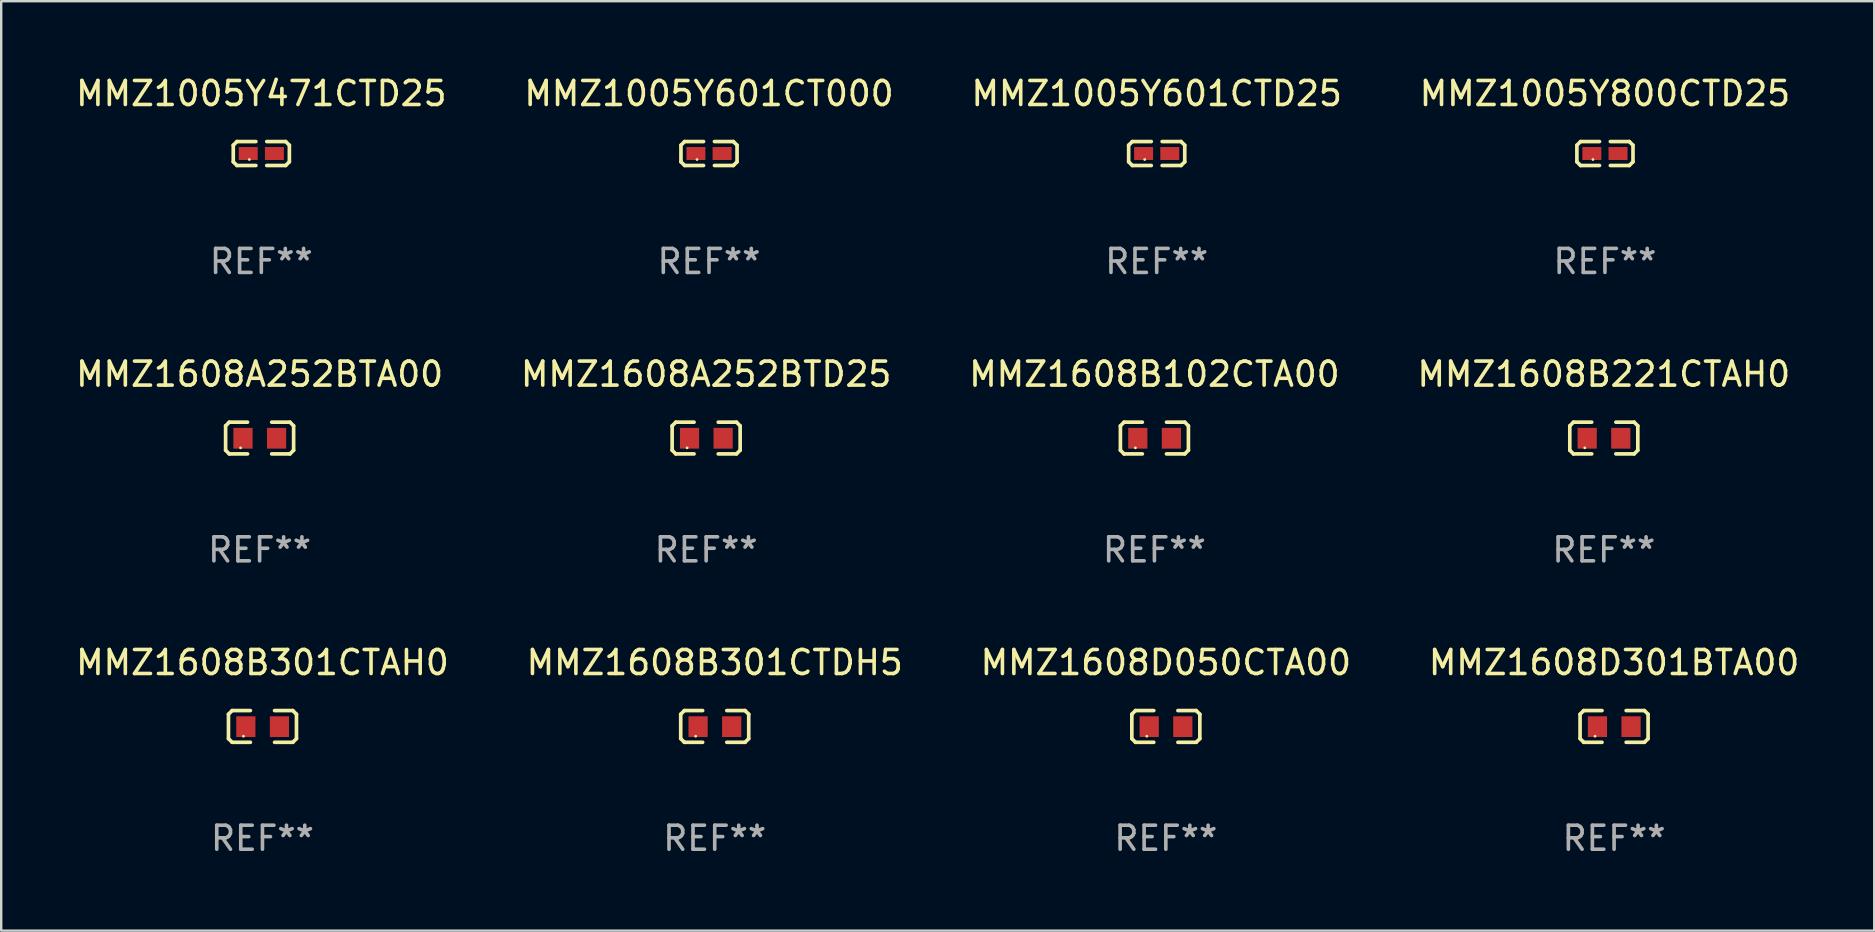
<source format=kicad_pcb>
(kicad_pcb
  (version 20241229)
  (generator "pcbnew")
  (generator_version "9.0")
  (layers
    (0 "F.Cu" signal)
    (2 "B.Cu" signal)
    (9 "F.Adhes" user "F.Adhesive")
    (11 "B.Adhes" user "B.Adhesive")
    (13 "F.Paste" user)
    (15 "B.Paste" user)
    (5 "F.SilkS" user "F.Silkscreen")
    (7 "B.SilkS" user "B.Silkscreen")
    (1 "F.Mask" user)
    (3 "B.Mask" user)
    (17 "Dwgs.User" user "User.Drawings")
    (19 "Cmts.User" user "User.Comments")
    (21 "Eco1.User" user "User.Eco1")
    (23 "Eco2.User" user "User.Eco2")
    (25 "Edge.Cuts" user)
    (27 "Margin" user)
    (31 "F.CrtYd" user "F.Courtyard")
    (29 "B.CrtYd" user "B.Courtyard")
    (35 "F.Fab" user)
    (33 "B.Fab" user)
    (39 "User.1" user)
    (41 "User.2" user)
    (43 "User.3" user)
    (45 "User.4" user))
  (footprint "MMZ1608D301BTA00"
    (layer "F.Cu")
    (at 64.208 27.22)
    (property "Reference" "MMZ1608D301BTA00" (at 0 -2.661 0) (layer "F.SilkS") (effects (font (size 1 1) (thickness 0.15))))
    (attr through_hole)
    (fp_line (start -1.417 -0.508) (end -1.265 -0.661) (stroke (width 0.152) (type solid)) (layer "F.SilkS"))
    (fp_line (start -1.417 0.508) (end -1.417 -0.508) (stroke (width 0.152) (type solid)) (layer "F.SilkS"))
    (fp_line (start -1.265 -0.661) (end -0.503 -0.661) (stroke (width 0.152) (type solid)) (layer "F.SilkS"))
    (fp_line (start -1.265 0.661) (end -1.417 0.508) (stroke (width 0.152) (type solid)) (layer "F.SilkS"))
    (fp_line (start -1.265 0.661) (end -0.503 0.661) (stroke (width 0.152) (type solid)) (layer "F.SilkS"))
    (fp_line (start 1.265 -0.661) (end 0.503 -0.661) (stroke (width 0.152) (type solid)) (layer "F.SilkS"))
    (fp_line (start 1.265 -0.661) (end 1.417 -0.508) (stroke (width 0.152) (type solid)) (layer "F.SilkS"))
    (fp_line (start 1.265 0.661) (end 0.503 0.661) (stroke (width 0.152) (type solid)) (layer "F.SilkS"))
    (fp_line (start 1.417 -0.508) (end 1.417 0.508) (stroke (width 0.152) (type solid)) (layer "F.SilkS"))
    (fp_line (start 1.417 0.508) (end 1.265 0.661) (stroke (width 0.152) (type solid)) (layer "F.SilkS"))
    (fp_circle (center -0.793 0.409) (end -0.763 0.409) (stroke (width 0.06) (type solid)) (fill no) (layer "F.SilkS"))
    (fp_text user "REF**" (at 0 4.661 0) (layer "F.Fab") (effects (font (size 1 1) (thickness 0.15))))
    (pad "1" smd rect (at -0.693 0.009 180) (size 0.8 0.864) (layers "F.Cu" "F.Mask" "F.Paste"))
    (pad "2" smd rect (at 0.707 0.009 180) (size 0.8 0.864) (layers "F.Cu" "F.Mask" "F.Paste")))
  (footprint "MMZ1608A252BTD25"
    (layer "F.Cu")
    (at 26.375 15.203)
    (property "Reference" "MMZ1608A252BTD25" (at 0 -2.661 0) (layer "F.SilkS") (effects (font (size 1 1) (thickness 0.15))))
    (attr through_hole)
    (fp_line (start -1.417 -0.508) (end -1.265 -0.661) (stroke (width 0.152) (type solid)) (layer "F.SilkS"))
    (fp_line (start -1.417 0.508) (end -1.417 -0.508) (stroke (width 0.152) (type solid)) (layer "F.SilkS"))
    (fp_line (start -1.265 -0.661) (end -0.503 -0.661) (stroke (width 0.152) (type solid)) (layer "F.SilkS"))
    (fp_line (start -1.265 0.661) (end -1.417 0.508) (stroke (width 0.152) (type solid)) (layer "F.SilkS"))
    (fp_line (start -1.265 0.661) (end -0.503 0.661) (stroke (width 0.152) (type solid)) (layer "F.SilkS"))
    (fp_line (start 1.265 -0.661) (end 0.503 -0.661) (stroke (width 0.152) (type solid)) (layer "F.SilkS"))
    (fp_line (start 1.265 -0.661) (end 1.417 -0.508) (stroke (width 0.152) (type solid)) (layer "F.SilkS"))
    (fp_line (start 1.265 0.661) (end 0.503 0.661) (stroke (width 0.152) (type solid)) (layer "F.SilkS"))
    (fp_line (start 1.417 -0.508) (end 1.417 0.508) (stroke (width 0.152) (type solid)) (layer "F.SilkS"))
    (fp_line (start 1.417 0.508) (end 1.265 0.661) (stroke (width 0.152) (type solid)) (layer "F.SilkS"))
    (fp_circle (center -0.793 0.409) (end -0.763 0.409) (stroke (width 0.06) (type solid)) (fill no) (layer "F.SilkS"))
    (fp_text user "REF**" (at 0 4.661 0) (layer "F.Fab") (effects (font (size 1 1) (thickness 0.15))))
    (pad "1" smd rect (at -0.693 0.009 180) (size 0.8 0.864) (layers "F.Cu" "F.Mask" "F.Paste"))
    (pad "2" smd rect (at 0.707 0.009 180) (size 0.8 0.864) (layers "F.Cu" "F.Mask" "F.Paste")))
  (footprint "MMZ1608B301CTDH5"
    (layer "F.Cu")
    (at 26.732 27.22)
    (property "Reference" "MMZ1608B301CTDH5" (at 0 -2.661 0) (layer "F.SilkS") (effects (font (size 1 1) (thickness 0.15))))
    (attr through_hole)
    (fp_line (start -1.417 -0.508) (end -1.265 -0.661) (stroke (width 0.152) (type solid)) (layer "F.SilkS"))
    (fp_line (start -1.417 0.508) (end -1.417 -0.508) (stroke (width 0.152) (type solid)) (layer "F.SilkS"))
    (fp_line (start -1.265 -0.661) (end -0.503 -0.661) (stroke (width 0.152) (type solid)) (layer "F.SilkS"))
    (fp_line (start -1.265 0.661) (end -1.417 0.508) (stroke (width 0.152) (type solid)) (layer "F.SilkS"))
    (fp_line (start -1.265 0.661) (end -0.503 0.661) (stroke (width 0.152) (type solid)) (layer "F.SilkS"))
    (fp_line (start 1.265 -0.661) (end 0.503 -0.661) (stroke (width 0.152) (type solid)) (layer "F.SilkS"))
    (fp_line (start 1.265 -0.661) (end 1.417 -0.508) (stroke (width 0.152) (type solid)) (layer "F.SilkS"))
    (fp_line (start 1.265 0.661) (end 0.503 0.661) (stroke (width 0.152) (type solid)) (layer "F.SilkS"))
    (fp_line (start 1.417 -0.508) (end 1.417 0.508) (stroke (width 0.152) (type solid)) (layer "F.SilkS"))
    (fp_line (start 1.417 0.508) (end 1.265 0.661) (stroke (width 0.152) (type solid)) (layer "F.SilkS"))
    (fp_circle (center -0.793 0.409) (end -0.763 0.409) (stroke (width 0.06) (type solid)) (fill no) (layer "F.SilkS"))
    (fp_text user "REF**" (at 0 4.661 0) (layer "F.Fab") (effects (font (size 1 1) (thickness 0.15))))
    (pad "1" smd rect (at -0.693 0.009 180) (size 0.8 0.864) (layers "F.Cu" "F.Mask" "F.Paste"))
    (pad "2" smd rect (at 0.707 0.009 180) (size 0.8 0.864) (layers "F.Cu" "F.Mask" "F.Paste")))
  (footprint "MMZ1608B301CTAH0"
    (layer "F.Cu")
    (at 7.887 27.22)
    (property "Reference" "MMZ1608B301CTAH0" (at 0 -2.661 0) (layer "F.SilkS") (effects (font (size 1 1) (thickness 0.15))))
    (attr through_hole)
    (fp_line (start -1.417 -0.508) (end -1.265 -0.661) (stroke (width 0.152) (type solid)) (layer "F.SilkS"))
    (fp_line (start -1.417 0.508) (end -1.417 -0.508) (stroke (width 0.152) (type solid)) (layer "F.SilkS"))
    (fp_line (start -1.265 -0.661) (end -0.503 -0.661) (stroke (width 0.152) (type solid)) (layer "F.SilkS"))
    (fp_line (start -1.265 0.661) (end -1.417 0.508) (stroke (width 0.152) (type solid)) (layer "F.SilkS"))
    (fp_line (start -1.265 0.661) (end -0.503 0.661) (stroke (width 0.152) (type solid)) (layer "F.SilkS"))
    (fp_line (start 1.265 -0.661) (end 0.503 -0.661) (stroke (width 0.152) (type solid)) (layer "F.SilkS"))
    (fp_line (start 1.265 -0.661) (end 1.417 -0.508) (stroke (width 0.152) (type solid)) (layer "F.SilkS"))
    (fp_line (start 1.265 0.661) (end 0.503 0.661) (stroke (width 0.152) (type solid)) (layer "F.SilkS"))
    (fp_line (start 1.417 -0.508) (end 1.417 0.508) (stroke (width 0.152) (type solid)) (layer "F.SilkS"))
    (fp_line (start 1.417 0.508) (end 1.265 0.661) (stroke (width 0.152) (type solid)) (layer "F.SilkS"))
    (fp_circle (center -0.793 0.409) (end -0.763 0.409) (stroke (width 0.06) (type solid)) (fill no) (layer "F.SilkS"))
    (fp_text user "REF**" (at 0 4.661 0) (layer "F.Fab") (effects (font (size 1 1) (thickness 0.15))))
    (pad "1" smd rect (at -0.693 0.009 180) (size 0.8 0.864) (layers "F.Cu" "F.Mask" "F.Paste"))
    (pad "2" smd rect (at 0.707 0.009 180) (size 0.8 0.864) (layers "F.Cu" "F.Mask" "F.Paste")))
  (footprint "MMZ1608A252BTA00"
    (layer "F.Cu")
    (at 7.768 15.203)
    (property "Reference" "MMZ1608A252BTA00" (at 0 -2.661 0) (layer "F.SilkS") (effects (font (size 1 1) (thickness 0.15))))
    (attr through_hole)
    (fp_line (start -1.417 -0.508) (end -1.265 -0.661) (stroke (width 0.152) (type solid)) (layer "F.SilkS"))
    (fp_line (start -1.417 0.508) (end -1.417 -0.508) (stroke (width 0.152) (type solid)) (layer "F.SilkS"))
    (fp_line (start -1.265 -0.661) (end -0.503 -0.661) (stroke (width 0.152) (type solid)) (layer "F.SilkS"))
    (fp_line (start -1.265 0.661) (end -1.417 0.508) (stroke (width 0.152) (type solid)) (layer "F.SilkS"))
    (fp_line (start -1.265 0.661) (end -0.503 0.661) (stroke (width 0.152) (type solid)) (layer "F.SilkS"))
    (fp_line (start 1.265 -0.661) (end 0.503 -0.661) (stroke (width 0.152) (type solid)) (layer "F.SilkS"))
    (fp_line (start 1.265 -0.661) (end 1.417 -0.508) (stroke (width 0.152) (type solid)) (layer "F.SilkS"))
    (fp_line (start 1.265 0.661) (end 0.503 0.661) (stroke (width 0.152) (type solid)) (layer "F.SilkS"))
    (fp_line (start 1.417 -0.508) (end 1.417 0.508) (stroke (width 0.152) (type solid)) (layer "F.SilkS"))
    (fp_line (start 1.417 0.508) (end 1.265 0.661) (stroke (width 0.152) (type solid)) (layer "F.SilkS"))
    (fp_circle (center -0.793 0.409) (end -0.763 0.409) (stroke (width 0.06) (type solid)) (fill no) (layer "F.SilkS"))
    (fp_text user "REF**" (at 0 4.661 0) (layer "F.Fab") (effects (font (size 1 1) (thickness 0.15))))
    (pad "1" smd rect (at -0.693 0.009 180) (size 0.8 0.864) (layers "F.Cu" "F.Mask" "F.Paste"))
    (pad "2" smd rect (at 0.707 0.009 180) (size 0.8 0.864) (layers "F.Cu" "F.Mask" "F.Paste")))
  (footprint "MMZ1005Y601CTD25"
    (layer "F.Cu")
    (at 45.149 3.347)
    (property "Reference" "MMZ1005Y601CTD25" (at 0 -2.499 0) (layer "F.SilkS") (effects (font (size 1 1) (thickness 0.15))))
    (attr through_hole)
    (fp_line (start -1.169 -0.346) (end -1.016 -0.499) (stroke (width 0.152) (type solid)) (layer "F.SilkS"))
    (fp_line (start -1.169 0.346) (end -1.169 -0.346) (stroke (width 0.152) (type solid)) (layer "F.SilkS"))
    (fp_line (start -1.016 -0.499) (end -0.226 -0.499) (stroke (width 0.152) (type solid)) (layer "F.SilkS"))
    (fp_line (start -1.016 0.499) (end -1.169 0.346) (stroke (width 0.152) (type solid)) (layer "F.SilkS"))
    (fp_line (start -0.226 0.499) (end -1.016 0.499) (stroke (width 0.152) (type solid)) (layer "F.SilkS"))
    (fp_line (start 0.226 0.499) (end 1.016 0.499) (stroke (width 0.152) (type solid)) (layer "F.SilkS"))
    (fp_line (start 1.016 -0.499) (end 0.226 -0.499) (stroke (width 0.152) (type solid)) (layer "F.SilkS"))
    (fp_line (start 1.016 0.499) (end 1.169 0.346) (stroke (width 0.152) (type solid)) (layer "F.SilkS"))
    (fp_line (start 1.169 -0.346) (end 1.016 -0.499) (stroke (width 0.152) (type solid)) (layer "F.SilkS"))
    (fp_line (start 1.169 0.346) (end 1.169 -0.346) (stroke (width 0.152) (type solid)) (layer "F.SilkS"))
    (fp_circle (center -0.5 0.25) (end -0.47 0.25) (stroke (width 0.06) (type solid)) (fill no) (layer "F.SilkS"))
    (fp_text user "REF**" (at 0 4.499 0) (layer "F.Fab") (effects (font (size 1 1) (thickness 0.15))))
    (pad "1" smd rect (at -0.545 0) (size 0.79 0.54) (layers "F.Cu" "F.Mask" "F.Paste"))
    (pad "2" smd rect (at 0.545 0) (size 0.79 0.54) (layers "F.Cu" "F.Mask" "F.Paste")))
  (footprint "MMZ1005Y471CTD25"
    (layer "F.Cu")
    (at 7.839 3.347)
    (property "Reference" "MMZ1005Y471CTD25" (at 0 -2.499 0) (layer "F.SilkS") (effects (font (size 1 1) (thickness 0.15))))
    (attr through_hole)
    (fp_line (start -1.169 -0.346) (end -1.016 -0.499) (stroke (width 0.152) (type solid)) (layer "F.SilkS"))
    (fp_line (start -1.169 0.346) (end -1.169 -0.346) (stroke (width 0.152) (type solid)) (layer "F.SilkS"))
    (fp_line (start -1.016 -0.499) (end -0.226 -0.499) (stroke (width 0.152) (type solid)) (layer "F.SilkS"))
    (fp_line (start -1.016 0.499) (end -1.169 0.346) (stroke (width 0.152) (type solid)) (layer "F.SilkS"))
    (fp_line (start -0.226 0.499) (end -1.016 0.499) (stroke (width 0.152) (type solid)) (layer "F.SilkS"))
    (fp_line (start 0.226 0.499) (end 1.016 0.499) (stroke (width 0.152) (type solid)) (layer "F.SilkS"))
    (fp_line (start 1.016 -0.499) (end 0.226 -0.499) (stroke (width 0.152) (type solid)) (layer "F.SilkS"))
    (fp_line (start 1.016 0.499) (end 1.169 0.346) (stroke (width 0.152) (type solid)) (layer "F.SilkS"))
    (fp_line (start 1.169 -0.346) (end 1.016 -0.499) (stroke (width 0.152) (type solid)) (layer "F.SilkS"))
    (fp_line (start 1.169 0.346) (end 1.169 -0.346) (stroke (width 0.152) (type solid)) (layer "F.SilkS"))
    (fp_circle (center -0.5 0.25) (end -0.47 0.25) (stroke (width 0.06) (type solid)) (fill no) (layer "F.SilkS"))
    (fp_text user "REF**" (at 0 4.499 0) (layer "F.Fab") (effects (font (size 1 1) (thickness 0.15))))
    (pad "1" smd rect (at -0.545 0) (size 0.79 0.54) (layers "F.Cu" "F.Mask" "F.Paste"))
    (pad "2" smd rect (at 0.545 0) (size 0.79 0.54) (layers "F.Cu" "F.Mask" "F.Paste")))
  (footprint "MMZ1608B221CTAH0"
    (layer "F.Cu")
    (at 63.78 15.203)
    (property "Reference" "MMZ1608B221CTAH0" (at 0 -2.661 0) (layer "F.SilkS") (effects (font (size 1 1) (thickness 0.15))))
    (attr through_hole)
    (fp_line (start -1.417 -0.508) (end -1.265 -0.661) (stroke (width 0.152) (type solid)) (layer "F.SilkS"))
    (fp_line (start -1.417 0.508) (end -1.417 -0.508) (stroke (width 0.152) (type solid)) (layer "F.SilkS"))
    (fp_line (start -1.265 -0.661) (end -0.503 -0.661) (stroke (width 0.152) (type solid)) (layer "F.SilkS"))
    (fp_line (start -1.265 0.661) (end -1.417 0.508) (stroke (width 0.152) (type solid)) (layer "F.SilkS"))
    (fp_line (start -1.265 0.661) (end -0.503 0.661) (stroke (width 0.152) (type solid)) (layer "F.SilkS"))
    (fp_line (start 1.265 -0.661) (end 0.503 -0.661) (stroke (width 0.152) (type solid)) (layer "F.SilkS"))
    (fp_line (start 1.265 -0.661) (end 1.417 -0.508) (stroke (width 0.152) (type solid)) (layer "F.SilkS"))
    (fp_line (start 1.265 0.661) (end 0.503 0.661) (stroke (width 0.152) (type solid)) (layer "F.SilkS"))
    (fp_line (start 1.417 -0.508) (end 1.417 0.508) (stroke (width 0.152) (type solid)) (layer "F.SilkS"))
    (fp_line (start 1.417 0.508) (end 1.265 0.661) (stroke (width 0.152) (type solid)) (layer "F.SilkS"))
    (fp_circle (center -0.793 0.409) (end -0.763 0.409) (stroke (width 0.06) (type solid)) (fill no) (layer "F.SilkS"))
    (fp_text user "REF**" (at 0 4.661 0) (layer "F.Fab") (effects (font (size 1 1) (thickness 0.15))))
    (pad "1" smd rect (at -0.693 0.009 180) (size 0.8 0.864) (layers "F.Cu" "F.Mask" "F.Paste"))
    (pad "2" smd rect (at 0.707 0.009 180) (size 0.8 0.864) (layers "F.Cu" "F.Mask" "F.Paste")))
  (footprint "MMZ1005Y800CTD25"
    (layer "F.Cu")
    (at 63.827 3.347)
    (property "Reference" "MMZ1005Y800CTD25" (at 0 -2.499 0) (layer "F.SilkS") (effects (font (size 1 1) (thickness 0.15))))
    (attr through_hole)
    (fp_line (start -1.169 -0.346) (end -1.016 -0.499) (stroke (width 0.152) (type solid)) (layer "F.SilkS"))
    (fp_line (start -1.169 0.346) (end -1.169 -0.346) (stroke (width 0.152) (type solid)) (layer "F.SilkS"))
    (fp_line (start -1.016 -0.499) (end -0.226 -0.499) (stroke (width 0.152) (type solid)) (layer "F.SilkS"))
    (fp_line (start -1.016 0.499) (end -1.169 0.346) (stroke (width 0.152) (type solid)) (layer "F.SilkS"))
    (fp_line (start -0.226 0.499) (end -1.016 0.499) (stroke (width 0.152) (type solid)) (layer "F.SilkS"))
    (fp_line (start 0.226 0.499) (end 1.016 0.499) (stroke (width 0.152) (type solid)) (layer "F.SilkS"))
    (fp_line (start 1.016 -0.499) (end 0.226 -0.499) (stroke (width 0.152) (type solid)) (layer "F.SilkS"))
    (fp_line (start 1.016 0.499) (end 1.169 0.346) (stroke (width 0.152) (type solid)) (layer "F.SilkS"))
    (fp_line (start 1.169 -0.346) (end 1.016 -0.499) (stroke (width 0.152) (type solid)) (layer "F.SilkS"))
    (fp_line (start 1.169 0.346) (end 1.169 -0.346) (stroke (width 0.152) (type solid)) (layer "F.SilkS"))
    (fp_circle (center -0.5 0.25) (end -0.47 0.25) (stroke (width 0.06) (type solid)) (fill no) (layer "F.SilkS"))
    (fp_text user "REF**" (at 0 4.499 0) (layer "F.Fab") (effects (font (size 1 1) (thickness 0.15))))
    (pad "1" smd rect (at -0.545 0) (size 0.79 0.54) (layers "F.Cu" "F.Mask" "F.Paste"))
    (pad "2" smd rect (at 0.545 0) (size 0.79 0.54) (layers "F.Cu" "F.Mask" "F.Paste")))
  (footprint "MMZ1005Y601CT000"
    (layer "F.Cu")
    (at 26.494 3.347)
    (property "Reference" "MMZ1005Y601CT000" (at 0 -2.499 0) (layer "F.SilkS") (effects (font (size 1 1) (thickness 0.15))))
    (attr through_hole)
    (fp_line (start -1.169 -0.346) (end -1.016 -0.499) (stroke (width 0.152) (type solid)) (layer "F.SilkS"))
    (fp_line (start -1.169 0.346) (end -1.169 -0.346) (stroke (width 0.152) (type solid)) (layer "F.SilkS"))
    (fp_line (start -1.016 -0.499) (end -0.226 -0.499) (stroke (width 0.152) (type solid)) (layer "F.SilkS"))
    (fp_line (start -1.016 0.499) (end -1.169 0.346) (stroke (width 0.152) (type solid)) (layer "F.SilkS"))
    (fp_line (start -0.226 0.499) (end -1.016 0.499) (stroke (width 0.152) (type solid)) (layer "F.SilkS"))
    (fp_line (start 0.226 0.499) (end 1.016 0.499) (stroke (width 0.152) (type solid)) (layer "F.SilkS"))
    (fp_line (start 1.016 -0.499) (end 0.226 -0.499) (stroke (width 0.152) (type solid)) (layer "F.SilkS"))
    (fp_line (start 1.016 0.499) (end 1.169 0.346) (stroke (width 0.152) (type solid)) (layer "F.SilkS"))
    (fp_line (start 1.169 -0.346) (end 1.016 -0.499) (stroke (width 0.152) (type solid)) (layer "F.SilkS"))
    (fp_line (start 1.169 0.346) (end 1.169 -0.346) (stroke (width 0.152) (type solid)) (layer "F.SilkS"))
    (fp_circle (center -0.5 0.25) (end -0.47 0.25) (stroke (width 0.06) (type solid)) (fill no) (layer "F.SilkS"))
    (fp_text user "REF**" (at 0 4.499 0) (layer "F.Fab") (effects (font (size 1 1) (thickness 0.15))))
    (pad "1" smd rect (at -0.545 0) (size 0.79 0.54) (layers "F.Cu" "F.Mask" "F.Paste"))
    (pad "2" smd rect (at 0.545 0) (size 0.79 0.54) (layers "F.Cu" "F.Mask" "F.Paste")))
  (footprint "MMZ1608D050CTA00"
    (layer "F.Cu")
    (at 45.53 27.22)
    (property "Reference" "MMZ1608D050CTA00" (at 0 -2.661 0) (layer "F.SilkS") (effects (font (size 1 1) (thickness 0.15))))
    (attr through_hole)
    (fp_line (start -1.417 -0.508) (end -1.265 -0.661) (stroke (width 0.152) (type solid)) (layer "F.SilkS"))
    (fp_line (start -1.417 0.508) (end -1.417 -0.508) (stroke (width 0.152) (type solid)) (layer "F.SilkS"))
    (fp_line (start -1.265 -0.661) (end -0.503 -0.661) (stroke (width 0.152) (type solid)) (layer "F.SilkS"))
    (fp_line (start -1.265 0.661) (end -1.417 0.508) (stroke (width 0.152) (type solid)) (layer "F.SilkS"))
    (fp_line (start -1.265 0.661) (end -0.503 0.661) (stroke (width 0.152) (type solid)) (layer "F.SilkS"))
    (fp_line (start 1.265 -0.661) (end 0.503 -0.661) (stroke (width 0.152) (type solid)) (layer "F.SilkS"))
    (fp_line (start 1.265 -0.661) (end 1.417 -0.508) (stroke (width 0.152) (type solid)) (layer "F.SilkS"))
    (fp_line (start 1.265 0.661) (end 0.503 0.661) (stroke (width 0.152) (type solid)) (layer "F.SilkS"))
    (fp_line (start 1.417 -0.508) (end 1.417 0.508) (stroke (width 0.152) (type solid)) (layer "F.SilkS"))
    (fp_line (start 1.417 0.508) (end 1.265 0.661) (stroke (width 0.152) (type solid)) (layer "F.SilkS"))
    (fp_circle (center -0.793 0.409) (end -0.763 0.409) (stroke (width 0.06) (type solid)) (fill no) (layer "F.SilkS"))
    (fp_text user "REF**" (at 0 4.661 0) (layer "F.Fab") (effects (font (size 1 1) (thickness 0.15))))
    (pad "1" smd rect (at -0.693 0.009 180) (size 0.8 0.864) (layers "F.Cu" "F.Mask" "F.Paste"))
    (pad "2" smd rect (at 0.707 0.009 180) (size 0.8 0.864) (layers "F.Cu" "F.Mask" "F.Paste")))
  (footprint "MMZ1608B102CTA00"
    (layer "F.Cu")
    (at 45.054 15.203)
    (property "Reference" "MMZ1608B102CTA00" (at 0 -2.661 0) (layer "F.SilkS") (effects (font (size 1 1) (thickness 0.15))))
    (attr through_hole)
    (fp_line (start -1.417 -0.508) (end -1.265 -0.661) (stroke (width 0.152) (type solid)) (layer "F.SilkS"))
    (fp_line (start -1.417 0.508) (end -1.417 -0.508) (stroke (width 0.152) (type solid)) (layer "F.SilkS"))
    (fp_line (start -1.265 -0.661) (end -0.503 -0.661) (stroke (width 0.152) (type solid)) (layer "F.SilkS"))
    (fp_line (start -1.265 0.661) (end -1.417 0.508) (stroke (width 0.152) (type solid)) (layer "F.SilkS"))
    (fp_line (start -1.265 0.661) (end -0.503 0.661) (stroke (width 0.152) (type solid)) (layer "F.SilkS"))
    (fp_line (start 1.265 -0.661) (end 0.503 -0.661) (stroke (width 0.152) (type solid)) (layer "F.SilkS"))
    (fp_line (start 1.265 -0.661) (end 1.417 -0.508) (stroke (width 0.152) (type solid)) (layer "F.SilkS"))
    (fp_line (start 1.265 0.661) (end 0.503 0.661) (stroke (width 0.152) (type solid)) (layer "F.SilkS"))
    (fp_line (start 1.417 -0.508) (end 1.417 0.508) (stroke (width 0.152) (type solid)) (layer "F.SilkS"))
    (fp_line (start 1.417 0.508) (end 1.265 0.661) (stroke (width 0.152) (type solid)) (layer "F.SilkS"))
    (fp_circle (center -0.793 0.409) (end -0.763 0.409) (stroke (width 0.06) (type solid)) (fill no) (layer "F.SilkS"))
    (fp_text user "REF**" (at 0 4.661 0) (layer "F.Fab") (effects (font (size 1 1) (thickness 0.15))))
    (pad "1" smd rect (at -0.693 0.009 180) (size 0.8 0.864) (layers "F.Cu" "F.Mask" "F.Paste"))
    (pad "2" smd rect (at 0.707 0.009 180) (size 0.8 0.864) (layers "F.Cu" "F.Mask" "F.Paste")))
  (gr_rect
    (start -3 -3)
    (end 75.048 35.729)
    (stroke (width 0.1) (type default))
    (fill no)
    (layer "Edge.Cuts")))
</source>
